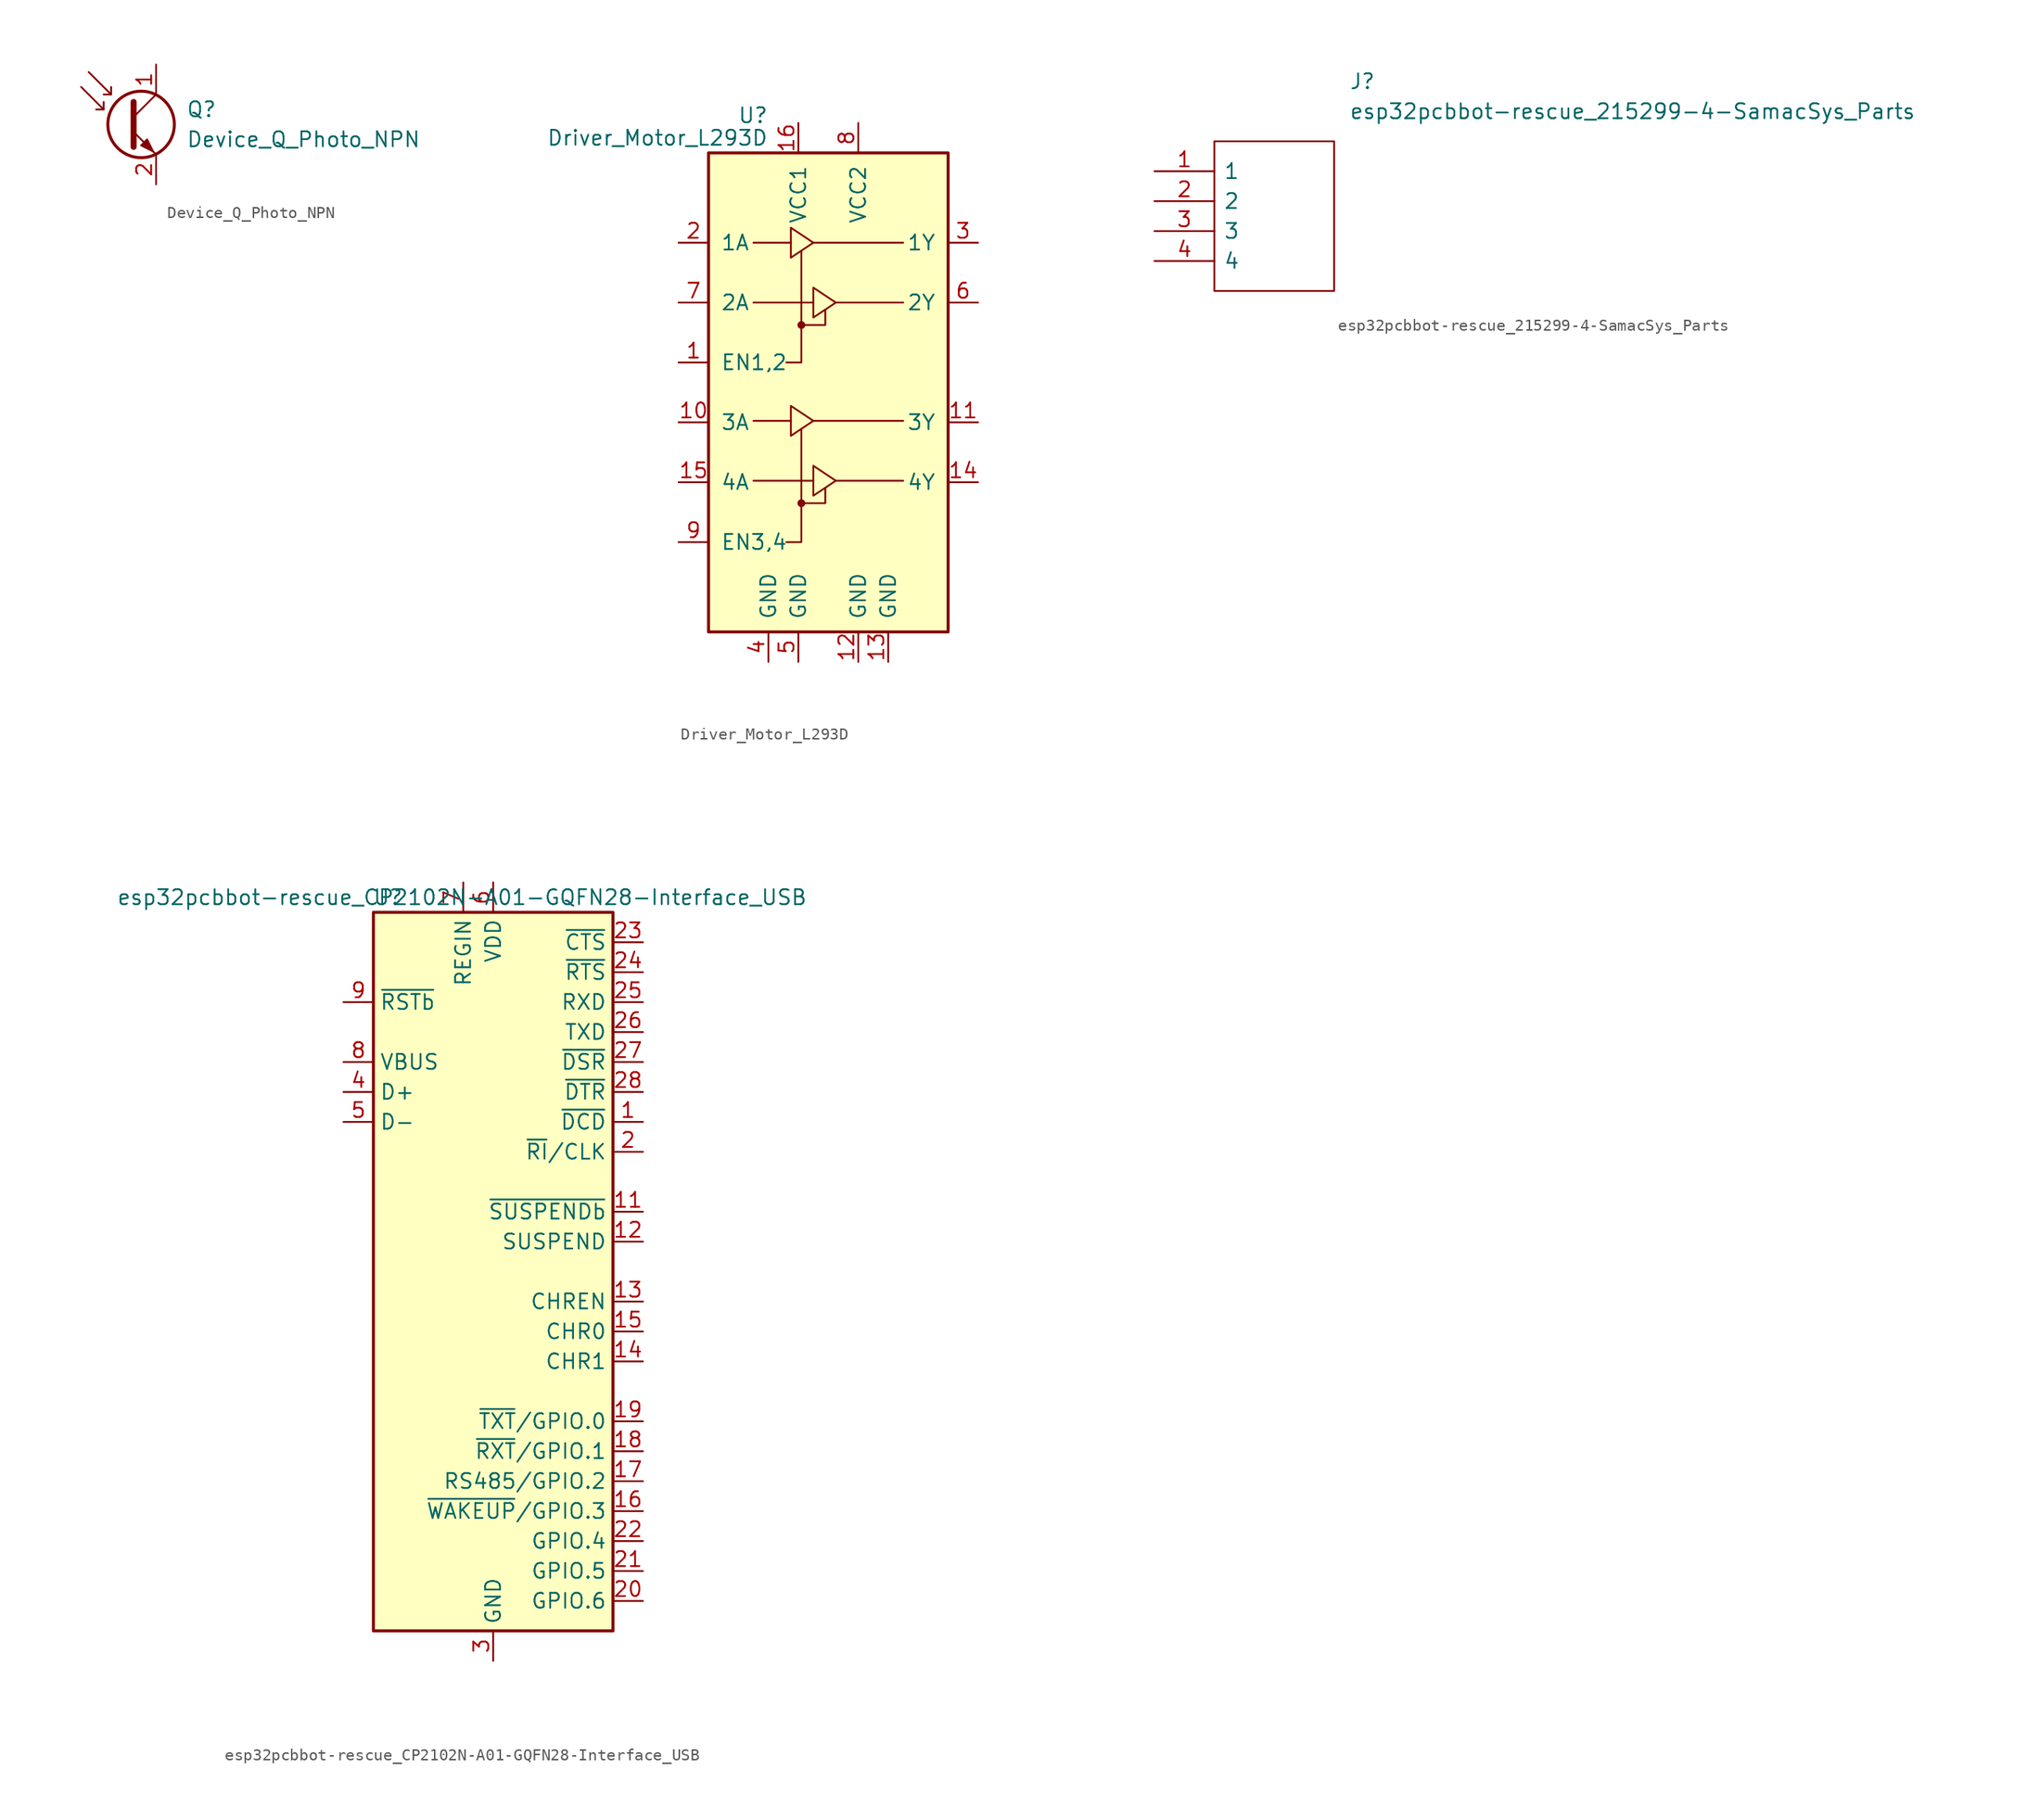
<source format=kicad_sym>
(kicad_symbol_lib
  (version 20211014)
  (generator kicad_symbol_editor)
  (symbol "Device_Q_Photo_NPN"
    (pin_names
      (offset 0) hide)
    (property "Reference" "Q"
      (at 5.08 1.27 0)
      (effects (font (size 1.27 1.27)) (justify left)))
    (property "Value" "Device_Q_Photo_NPN"
      (at 5.08 -1.27 0)
      (effects (font (size 1.27 1.27)) (justify left)))
    (symbol "Device_Q_Photo_NPN_0_1"
      (polyline (pts (xy -1.905 1.27) (xy -2.54 1.27)) (stroke (width 0) (type default) (color 0 0 0 0)) (fill (type none)))
      (polyline (pts (xy -1.27 2.54) (xy -1.905 2.54)) (stroke (width 0) (type default) (color 0 0 0 0)) (fill (type none)))
      (polyline (pts (xy 0.635 0.635) (xy 2.54 2.54)) (stroke (width 0) (type default) (color 0 0 0 0)) (fill (type none)))
      (polyline (pts (xy -3.81 3.175) (xy -1.905 1.27) (xy -1.905 1.905)) (stroke (width 0) (type default) (color 0 0 0 0)) (fill (type none)))
      (polyline (pts (xy -3.175 4.445) (xy -1.27 2.54) (xy -1.27 3.175)) (stroke (width 0) (type default) (color 0 0 0 0)) (fill (type none)))
      (polyline (pts (xy 0.635 -0.635) (xy 2.54 -2.54) (xy 2.54 -2.54)) (stroke (width 0) (type default) (color 0 0 0 0)) (fill (type none)))
      (polyline (pts (xy 0.635 1.905) (xy 0.635 -1.905) (xy 0.635 -1.905)) (stroke (width 0.508) (type default) (color 0 0 0 0)) (fill (type none)))
      (polyline (pts (xy 1.27 -1.778) (xy 1.778 -1.27) (xy 2.286 -2.286) (xy 1.27 -1.778) (xy 1.27 -1.778)) (stroke (width 0) (type default) (color 0 0 0 0)) (fill (type outline)))
      (circle (center 1.27 0) (radius 2.819) (stroke (width 0.254) (type default) (color 0 0 0 0)) (fill (type none))))
    (symbol "Device_Q_Photo_NPN_1_1"
      (pin passive line (at 2.54 5.08 270) (length 2.54) (name "C" (effects (font (size 1.27 1.27)))) (number "1" (effects (font (size 1.27 1.27)))))
      (pin passive line (at 2.54 -5.08 90) (length 2.54) (name "E" (effects (font (size 1.27 1.27)))) (number "2" (effects (font (size 1.27 1.27)))))))
  (symbol "Driver_Motor_L293D"
    (pin_names
      (offset 1.016))
    (property "Reference" "U"
      (at -5.08 26.035 0)
      (effects (font (size 1.27 1.27)) (justify right)))
    (property "Value" "Driver_Motor_L293D"
      (at -5.08 24.13 0)
      (effects (font (size 1.27 1.27)) (justify right)))
    (symbol "Driver_Motor_L293D_0_1"
      (rectangle (start -10.16 22.86) (end 10.16 -17.78) (stroke (width 0.254) (type default) (color 0 0 0 0)) (fill (type background)))
      (circle (center -2.286 -6.858) (radius 0.254) (stroke (width 0) (type default) (color 0 0 0 0)) (fill (type outline)))
      (circle (center -2.286 8.255) (radius 0.254) (stroke (width 0) (type default) (color 0 0 0 0)) (fill (type outline)))
      (polyline (pts (xy -6.35 -4.953) (xy -1.27 -4.953)) (stroke (width 0) (type default) (color 0 0 0 0)) (fill (type none)))
      (polyline (pts (xy -6.35 0.127) (xy -3.175 0.127)) (stroke (width 0) (type default) (color 0 0 0 0)) (fill (type none)))
      (polyline (pts (xy -6.35 10.16) (xy -1.27 10.16)) (stroke (width 0) (type default) (color 0 0 0 0)) (fill (type none)))
      (polyline (pts (xy -6.35 15.24) (xy -3.175 15.24)) (stroke (width 0) (type default) (color 0 0 0 0)) (fill (type none)))
      (polyline (pts (xy -1.27 0.127) (xy 6.35 0.127)) (stroke (width 0) (type default) (color 0 0 0 0)) (fill (type none)))
      (polyline (pts (xy -1.27 15.24) (xy 6.35 15.24)) (stroke (width 0) (type default) (color 0 0 0 0)) (fill (type none)))
      (polyline (pts (xy 0.635 -4.953) (xy 6.35 -4.953)) (stroke (width 0) (type default) (color 0 0 0 0)) (fill (type none)))
      (polyline (pts (xy 0.635 10.16) (xy 6.35 10.16)) (stroke (width 0) (type default) (color 0 0 0 0)) (fill (type none)))
      (polyline (pts (xy -2.286 -6.858) (xy -0.254 -6.858) (xy -0.254 -5.588)) (stroke (width 0) (type default) (color 0 0 0 0)) (fill (type none)))
      (polyline (pts (xy -2.286 -0.635) (xy -2.286 -10.16) (xy -3.556 -10.16)) (stroke (width 0) (type default) (color 0 0 0 0)) (fill (type none)))
      (polyline (pts (xy -2.286 8.255) (xy -0.254 8.255) (xy -0.254 9.525)) (stroke (width 0) (type default) (color 0 0 0 0)) (fill (type none)))
      (polyline (pts (xy -2.286 14.478) (xy -2.286 5.08) (xy -3.556 5.08)) (stroke (width 0) (type default) (color 0 0 0 0)) (fill (type none)))
      (polyline (pts (xy -3.175 1.397) (xy -3.175 -1.143) (xy -1.27 0.127) (xy -3.175 1.397)) (stroke (width 0) (type default) (color 0 0 0 0)) (fill (type none)))
      (polyline (pts (xy -3.175 16.51) (xy -3.175 13.97) (xy -1.27 15.24) (xy -3.175 16.51)) (stroke (width 0) (type default) (color 0 0 0 0)) (fill (type none)))
      (polyline (pts (xy -1.27 -3.683) (xy -1.27 -6.223) (xy 0.635 -4.953) (xy -1.27 -3.683)) (stroke (width 0) (type default) (color 0 0 0 0)) (fill (type none)))
      (polyline (pts (xy -1.27 11.43) (xy -1.27 8.89) (xy 0.635 10.16) (xy -1.27 11.43)) (stroke (width 0) (type default) (color 0 0 0 0)) (fill (type none))))
    (symbol "Driver_Motor_L293D_1_1"
      (pin input line (at -12.7 5.08 0) (length 2.54) (name "EN1,2" (effects (font (size 1.27 1.27)))) (number "1" (effects (font (size 1.27 1.27)))))
      (pin input line (at -12.7 0 0) (length 2.54) (name "3A" (effects (font (size 1.27 1.27)))) (number "10" (effects (font (size 1.27 1.27)))))
      (pin output line (at 12.7 0 180) (length 2.54) (name "3Y" (effects (font (size 1.27 1.27)))) (number "11" (effects (font (size 1.27 1.27)))))
      (pin power_in line (at 2.54 -20.32 90) (length 2.54) (name "GND" (effects (font (size 1.27 1.27)))) (number "12" (effects (font (size 1.27 1.27)))))
      (pin power_in line (at 5.08 -20.32 90) (length 2.54) (name "GND" (effects (font (size 1.27 1.27)))) (number "13" (effects (font (size 1.27 1.27)))))
      (pin output line (at 12.7 -5.08 180) (length 2.54) (name "4Y" (effects (font (size 1.27 1.27)))) (number "14" (effects (font (size 1.27 1.27)))))
      (pin input line (at -12.7 -5.08 0) (length 2.54) (name "4A" (effects (font (size 1.27 1.27)))) (number "15" (effects (font (size 1.27 1.27)))))
      (pin power_in line (at -2.54 25.4 270) (length 2.54) (name "VCC1" (effects (font (size 1.27 1.27)))) (number "16" (effects (font (size 1.27 1.27)))))
      (pin input line (at -12.7 15.24 0) (length 2.54) (name "1A" (effects (font (size 1.27 1.27)))) (number "2" (effects (font (size 1.27 1.27)))))
      (pin output line (at 12.7 15.24 180) (length 2.54) (name "1Y" (effects (font (size 1.27 1.27)))) (number "3" (effects (font (size 1.27 1.27)))))
      (pin power_in line (at -5.08 -20.32 90) (length 2.54) (name "GND" (effects (font (size 1.27 1.27)))) (number "4" (effects (font (size 1.27 1.27)))))
      (pin power_in line (at -2.54 -20.32 90) (length 2.54) (name "GND" (effects (font (size 1.27 1.27)))) (number "5" (effects (font (size 1.27 1.27)))))
      (pin output line (at 12.7 10.16 180) (length 2.54) (name "2Y" (effects (font (size 1.27 1.27)))) (number "6" (effects (font (size 1.27 1.27)))))
      (pin input line (at -12.7 10.16 0) (length 2.54) (name "2A" (effects (font (size 1.27 1.27)))) (number "7" (effects (font (size 1.27 1.27)))))
      (pin power_in line (at 2.54 25.4 270) (length 2.54) (name "VCC2" (effects (font (size 1.27 1.27)))) (number "8" (effects (font (size 1.27 1.27)))))
      (pin input line (at -12.7 -10.16 0) (length 2.54) (name "EN3,4" (effects (font (size 1.27 1.27)))) (number "9" (effects (font (size 1.27 1.27)))))))
  (symbol "esp32pcbbot-rescue_215299-4-SamacSys_Parts"
    (pin_names
      (offset 0.762))
    (property "Reference" "J"
      (at 16.51 7.62 0)
      (effects (font (size 1.27 1.27)) (justify left)))
    (property "Value" "esp32pcbbot-rescue_215299-4-SamacSys_Parts"
      (at 16.51 5.08 0)
      (effects (font (size 1.27 1.27)) (justify left)))
    (symbol "esp32pcbbot-rescue_215299-4-SamacSys_Parts_0_0"
      (pin passive line (at 0 0 0) (length 5.08) (name "1" (effects (font (size 1.27 1.27)))) (number "1" (effects (font (size 1.27 1.27)))))
      (pin passive line (at 0 -2.54 0) (length 5.08) (name "2" (effects (font (size 1.27 1.27)))) (number "2" (effects (font (size 1.27 1.27)))))
      (pin passive line (at 0 -5.08 0) (length 5.08) (name "3" (effects (font (size 1.27 1.27)))) (number "3" (effects (font (size 1.27 1.27)))))
      (pin passive line (at 0 -7.62 0) (length 5.08) (name "4" (effects (font (size 1.27 1.27)))) (number "4" (effects (font (size 1.27 1.27))))))
    (symbol "esp32pcbbot-rescue_215299-4-SamacSys_Parts_0_1"
      (polyline (pts (xy 5.08 2.54) (xy 15.24 2.54) (xy 15.24 -10.16) (xy 5.08 -10.16) (xy 5.08 2.54)) (stroke (width 0.152) (type default) (color 0 0 0 0)) (fill (type none)))))
  (symbol "esp32pcbbot-rescue_CP2102N-A01-GQFN28-Interface_USB"
    (property "Reference" "U"
      (at -7.62 31.75 0)
      (effects (font (size 1.27 1.27)) (justify right)))
    (property "Value" "esp32pcbbot-rescue_CP2102N-A01-GQFN28-Interface_USB"
      (at 26.67 31.75 0)
      (effects (font (size 1.27 1.27)) (justify right)))
    (symbol "esp32pcbbot-rescue_CP2102N-A01-GQFN28-Interface_USB_0_1"
      (rectangle (start -10.16 30.48) (end 10.16 -30.48) (stroke (width 0.254) (type default) (color 0 0 0 0)) (fill (type background))))
    (symbol "esp32pcbbot-rescue_CP2102N-A01-GQFN28-Interface_USB_1_1"
      (pin input line (at 12.7 12.7 180) (length 2.54) (name "~{DCD}" (effects (font (size 1.27 1.27)))) (number "1" (effects (font (size 1.27 1.27)))))
      (pin no_connect line (at -10.16 -10.16 0) (length 2.54) hide (name "NC" (effects (font (size 1.27 1.27)))) (number "10" (effects (font (size 1.27 1.27)))))
      (pin output line (at 12.7 5.08 180) (length 2.54) (name "~{SUSPENDb}" (effects (font (size 1.27 1.27)))) (number "11" (effects (font (size 1.27 1.27)))))
      (pin output line (at 12.7 2.54 180) (length 2.54) (name "SUSPEND" (effects (font (size 1.27 1.27)))) (number "12" (effects (font (size 1.27 1.27)))))
      (pin output line (at 12.7 -2.54 180) (length 2.54) (name "CHREN" (effects (font (size 1.27 1.27)))) (number "13" (effects (font (size 1.27 1.27)))))
      (pin output line (at 12.7 -7.62 180) (length 2.54) (name "CHR1" (effects (font (size 1.27 1.27)))) (number "14" (effects (font (size 1.27 1.27)))))
      (pin output line (at 12.7 -5.08 180) (length 2.54) (name "CHR0" (effects (font (size 1.27 1.27)))) (number "15" (effects (font (size 1.27 1.27)))))
      (pin bidirectional line (at 12.7 -20.32 180) (length 2.54) (name "~{WAKEUP}/GPIO.3" (effects (font (size 1.27 1.27)))) (number "16" (effects (font (size 1.27 1.27)))))
      (pin bidirectional line (at 12.7 -17.78 180) (length 2.54) (name "RS485/GPIO.2" (effects (font (size 1.27 1.27)))) (number "17" (effects (font (size 1.27 1.27)))))
      (pin bidirectional line (at 12.7 -15.24 180) (length 2.54) (name "~{RXT}/GPIO.1" (effects (font (size 1.27 1.27)))) (number "18" (effects (font (size 1.27 1.27)))))
      (pin bidirectional line (at 12.7 -12.7 180) (length 2.54) (name "~{TXT}/GPIO.0" (effects (font (size 1.27 1.27)))) (number "19" (effects (font (size 1.27 1.27)))))
      (pin bidirectional line (at 12.7 10.16 180) (length 2.54) (name "~{RI}/CLK" (effects (font (size 1.27 1.27)))) (number "2" (effects (font (size 1.27 1.27)))))
      (pin bidirectional line (at 12.7 -27.94 180) (length 2.54) (name "GPIO.6" (effects (font (size 1.27 1.27)))) (number "20" (effects (font (size 1.27 1.27)))))
      (pin bidirectional line (at 12.7 -25.4 180) (length 2.54) (name "GPIO.5" (effects (font (size 1.27 1.27)))) (number "21" (effects (font (size 1.27 1.27)))))
      (pin bidirectional line (at 12.7 -22.86 180) (length 2.54) (name "GPIO.4" (effects (font (size 1.27 1.27)))) (number "22" (effects (font (size 1.27 1.27)))))
      (pin input line (at 12.7 27.94 180) (length 2.54) (name "~{CTS}" (effects (font (size 1.27 1.27)))) (number "23" (effects (font (size 1.27 1.27)))))
      (pin output line (at 12.7 25.4 180) (length 2.54) (name "~{RTS}" (effects (font (size 1.27 1.27)))) (number "24" (effects (font (size 1.27 1.27)))))
      (pin input line (at 12.7 22.86 180) (length 2.54) (name "RXD" (effects (font (size 1.27 1.27)))) (number "25" (effects (font (size 1.27 1.27)))))
      (pin output line (at 12.7 20.32 180) (length 2.54) (name "TXD" (effects (font (size 1.27 1.27)))) (number "26" (effects (font (size 1.27 1.27)))))
      (pin input line (at 12.7 17.78 180) (length 2.54) (name "~{DSR}" (effects (font (size 1.27 1.27)))) (number "27" (effects (font (size 1.27 1.27)))))
      (pin output line (at 12.7 15.24 180) (length 2.54) (name "~{DTR}" (effects (font (size 1.27 1.27)))) (number "28" (effects (font (size 1.27 1.27)))))
      (pin passive line (at 0 -33.02 90) (length 2.54) hide (name "GND" (effects (font (size 1.27 1.27)))) (number "29" (effects (font (size 1.27 1.27)))))
      (pin power_in line (at 0 -33.02 90) (length 2.54) (name "GND" (effects (font (size 1.27 1.27)))) (number "3" (effects (font (size 1.27 1.27)))))
      (pin bidirectional line (at -12.7 15.24 0) (length 2.54) (name "D+" (effects (font (size 1.27 1.27)))) (number "4" (effects (font (size 1.27 1.27)))))
      (pin bidirectional line (at -12.7 12.7 0) (length 2.54) (name "D-" (effects (font (size 1.27 1.27)))) (number "5" (effects (font (size 1.27 1.27)))))
      (pin passive line (at 0 33.02 270) (length 2.54) (name "VDD" (effects (font (size 1.27 1.27)))) (number "6" (effects (font (size 1.27 1.27)))))
      (pin power_in line (at -2.54 33.02 270) (length 2.54) (name "REGIN" (effects (font (size 1.27 1.27)))) (number "7" (effects (font (size 1.27 1.27)))))
      (pin input line (at -12.7 17.78 0) (length 2.54) (name "VBUS" (effects (font (size 1.27 1.27)))) (number "8" (effects (font (size 1.27 1.27)))))
      (pin input line (at -12.7 22.86 0) (length 2.54) (name "~{RSTb}" (effects (font (size 1.27 1.27)))) (number "9" (effects (font (size 1.27 1.27))))))))
</source>
